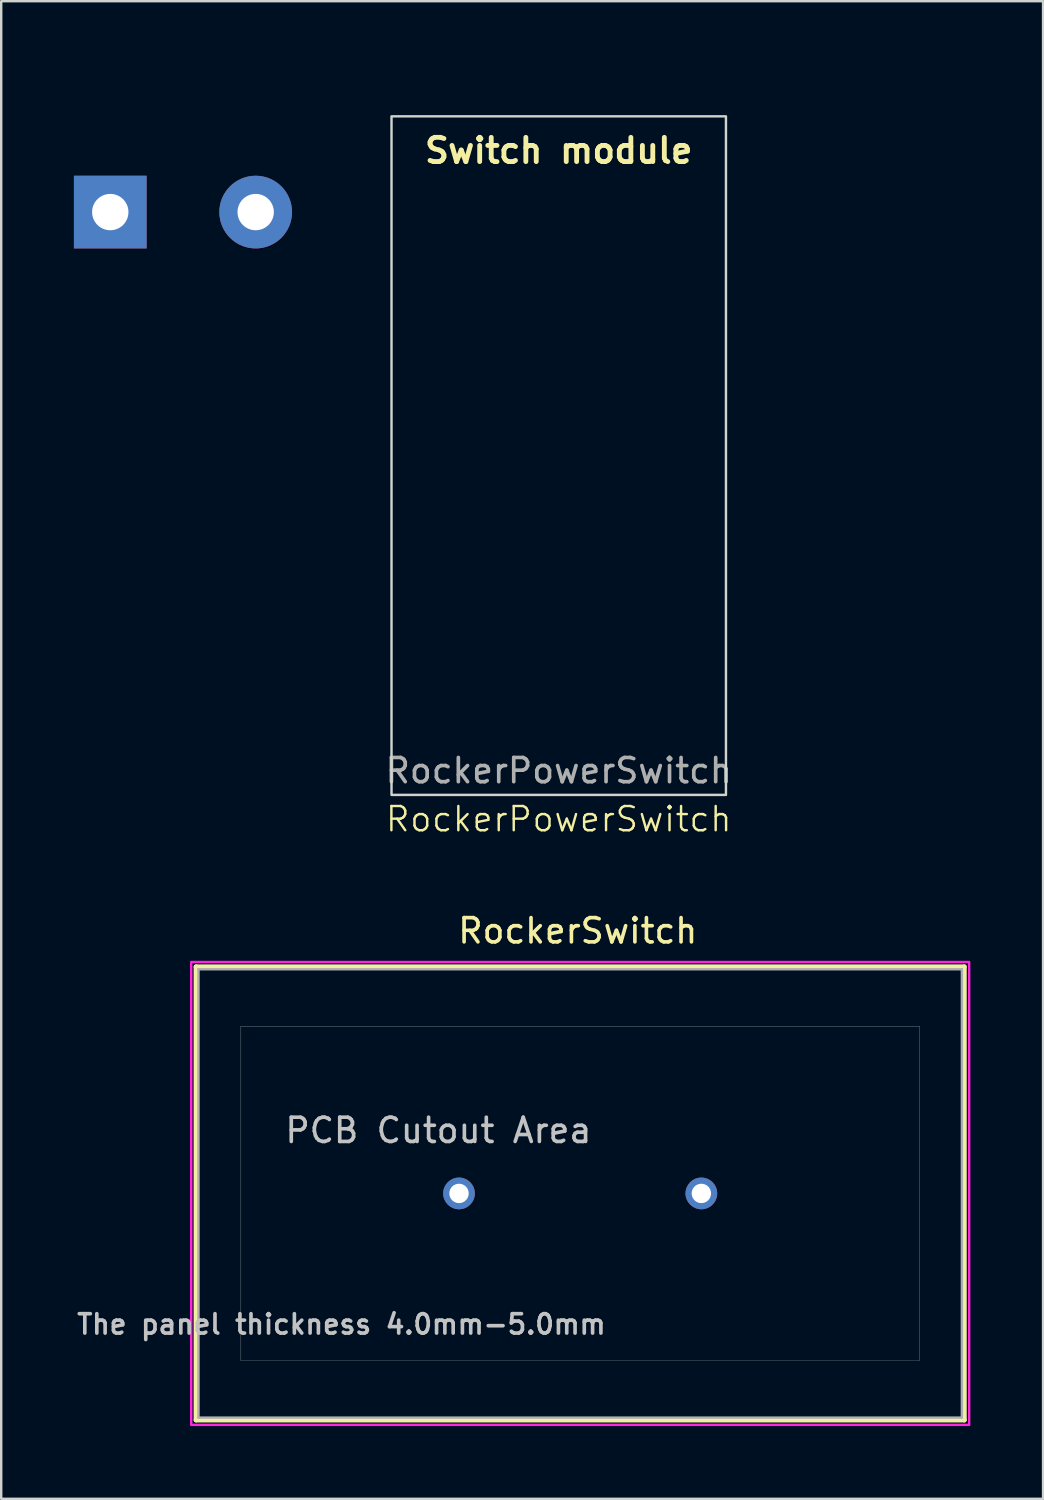
<source format=kicad_pcb>
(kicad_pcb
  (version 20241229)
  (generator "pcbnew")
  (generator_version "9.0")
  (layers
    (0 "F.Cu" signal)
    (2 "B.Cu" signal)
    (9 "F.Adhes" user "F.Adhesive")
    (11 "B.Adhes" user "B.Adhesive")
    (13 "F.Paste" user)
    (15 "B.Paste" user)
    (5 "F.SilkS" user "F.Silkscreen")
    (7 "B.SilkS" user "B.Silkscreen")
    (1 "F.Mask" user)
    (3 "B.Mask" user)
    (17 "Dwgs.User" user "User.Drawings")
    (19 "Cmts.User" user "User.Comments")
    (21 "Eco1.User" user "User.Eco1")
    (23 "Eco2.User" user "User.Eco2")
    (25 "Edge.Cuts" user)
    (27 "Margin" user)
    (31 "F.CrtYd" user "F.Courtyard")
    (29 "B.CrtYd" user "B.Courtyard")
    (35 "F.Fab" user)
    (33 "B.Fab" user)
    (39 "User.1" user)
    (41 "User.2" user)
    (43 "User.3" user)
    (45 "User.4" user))
  (footprint "RockerSwitch"
    (layer "F.Cu")
    (at 20.89 46.194)
    (property "Reference" "RockerSwitch" (at -0.1 -10.835 0) (layer "F.SilkS") (effects (font (size 1 1) (thickness 0.15))))
    (attr through_hole)
    (fp_line (start -15.85 -9.35) (end 15.85 -9.35) (stroke (width 0.2) (type solid)) (layer "F.SilkS"))
    (fp_line (start -15.85 9.35) (end -15.85 -9.35) (stroke (width 0.2) (type solid)) (layer "F.SilkS"))
    (fp_line (start 15.85 -9.35) (end 15.85 9.35) (stroke (width 0.2) (type solid)) (layer "F.SilkS"))
    (fp_line (start 15.85 9.35) (end -15.85 9.35) (stroke (width 0.2) (type solid)) (layer "F.SilkS"))
    (fp_line (start -14 -6.9) (end 14 -6.9) (stroke (width 0.01) (type solid)) (layer "Edge.Cuts"))
    (fp_line (start -14 6.9) (end -14 -6.9) (stroke (width 0.01) (type solid)) (layer "Edge.Cuts"))
    (fp_line (start 14 -6.9) (end 14 6.9) (stroke (width 0.01) (type solid)) (layer "Edge.Cuts"))
    (fp_line (start 14 6.9) (end -14 6.9) (stroke (width 0.01) (type solid)) (layer "Edge.Cuts"))
    (fp_poly (pts (xy -16.05 -9.55) (xy 16.05 -9.55) (xy 16.05 9.55) (xy -16.05 9.55)) (stroke (width 0.1) (type solid)) (fill no) (layer "F.CrtYd"))
    (fp_line (start -15.75 -9.25) (end 15.75 -9.25) (stroke (width 0.1) (type solid)) (layer "F.Fab"))
    (fp_line (start -15.75 9.25) (end -15.75 -9.25) (stroke (width 0.1) (type solid)) (layer "F.Fab"))
    (fp_line (start 15.75 -9.25) (end 15.75 9.25) (stroke (width 0.1) (type solid)) (layer "F.Fab"))
    (fp_line (start 15.75 9.25) (end -15.75 9.25) (stroke (width 0.1) (type solid)) (layer "F.Fab"))
    (fp_text user "PCB Cutout Area" (at -5.85 -2.6 0) (layer "Dwgs.User") (effects (font (size 1 1) (thickness 0.15))))
    (fp_text user "The panel thickness 4.0mm-5.0mm" (at -9.85 5.4 0) (layer "Dwgs.User") (effects (font (size 0.8 0.8) (thickness 0.15))))
    (fp_text user "PCB Cutout Area" (at -5.85 -2.6 0) (layer "Edge.Cuts") (effects (font (size 1 1) (thickness 0.15))))
    (pad "1" thru_hole circle (at 5 0) (size 1.308 1.308) (drill 0.8) (layers "*.Cu" "*.Mask"))
    (pad "2" thru_hole circle (at -5 0) (size 1.308 1.308) (drill 0.8) (layers "*.Cu" "*.Mask")))
  (footprint "RockerPowerSwitch"
    (layer "F.Cu")
    (at 20.005 15.75)
    (property "Reference" "RockerPowerSwitch" (at 0 15 0) (unlocked yes) (layer "F.SilkS") (effects (font (size 1 1) (thickness 0.1))))
    (attr smd)
    (fp_rect (start -6.9 -14) (end 6.9 14) (stroke (width 0.1) (type solid)) (fill no) (layer "Edge.Cuts"))
    (fp_text user "Switch module" (at 0 -12 0) (unlocked yes) (layer "F.SilkS") (effects (font (size 1 1) (thickness 0.2) (bold yes)) (justify bottom)))
    (fp_text user "${REFERENCE}" (at 0 13 0) (unlocked yes) (layer "F.Fab") (effects (font (size 1 1) (thickness 0.15))))
    (pad "1" thru_hole rect (at -18.505 -10.049 90) (size 3 3) (drill 1.5) (layers "*.Cu" "*.Mask"))
    (pad "2" thru_hole circle (at -12.505 -10.049 90) (size 3 3) (drill 1.5) (layers "*.Cu" "*.Mask"))
    (zone (net_name "") (layer "F.SilkS") (hatch edge 0.5) (connect_pads) (min_thickness 0.25) (filled_areas_thickness no) (keepout (tracks allowed) (vias allowed) (pads not_allowed) (copperpour allowed) (footprints not_allowed)) (placement (enabled no)) (fill) (polygon (pts (xy 10.755 0) (xy 29.255 0) (xy 29.255 31.5) (xy 10.755 31.5)))))
  (gr_rect
    (start -3 -3)
    (end 39.99 58.794)
    (stroke (width 0.1) (type default))
    (fill no)
    (layer "Edge.Cuts")))
</source>
